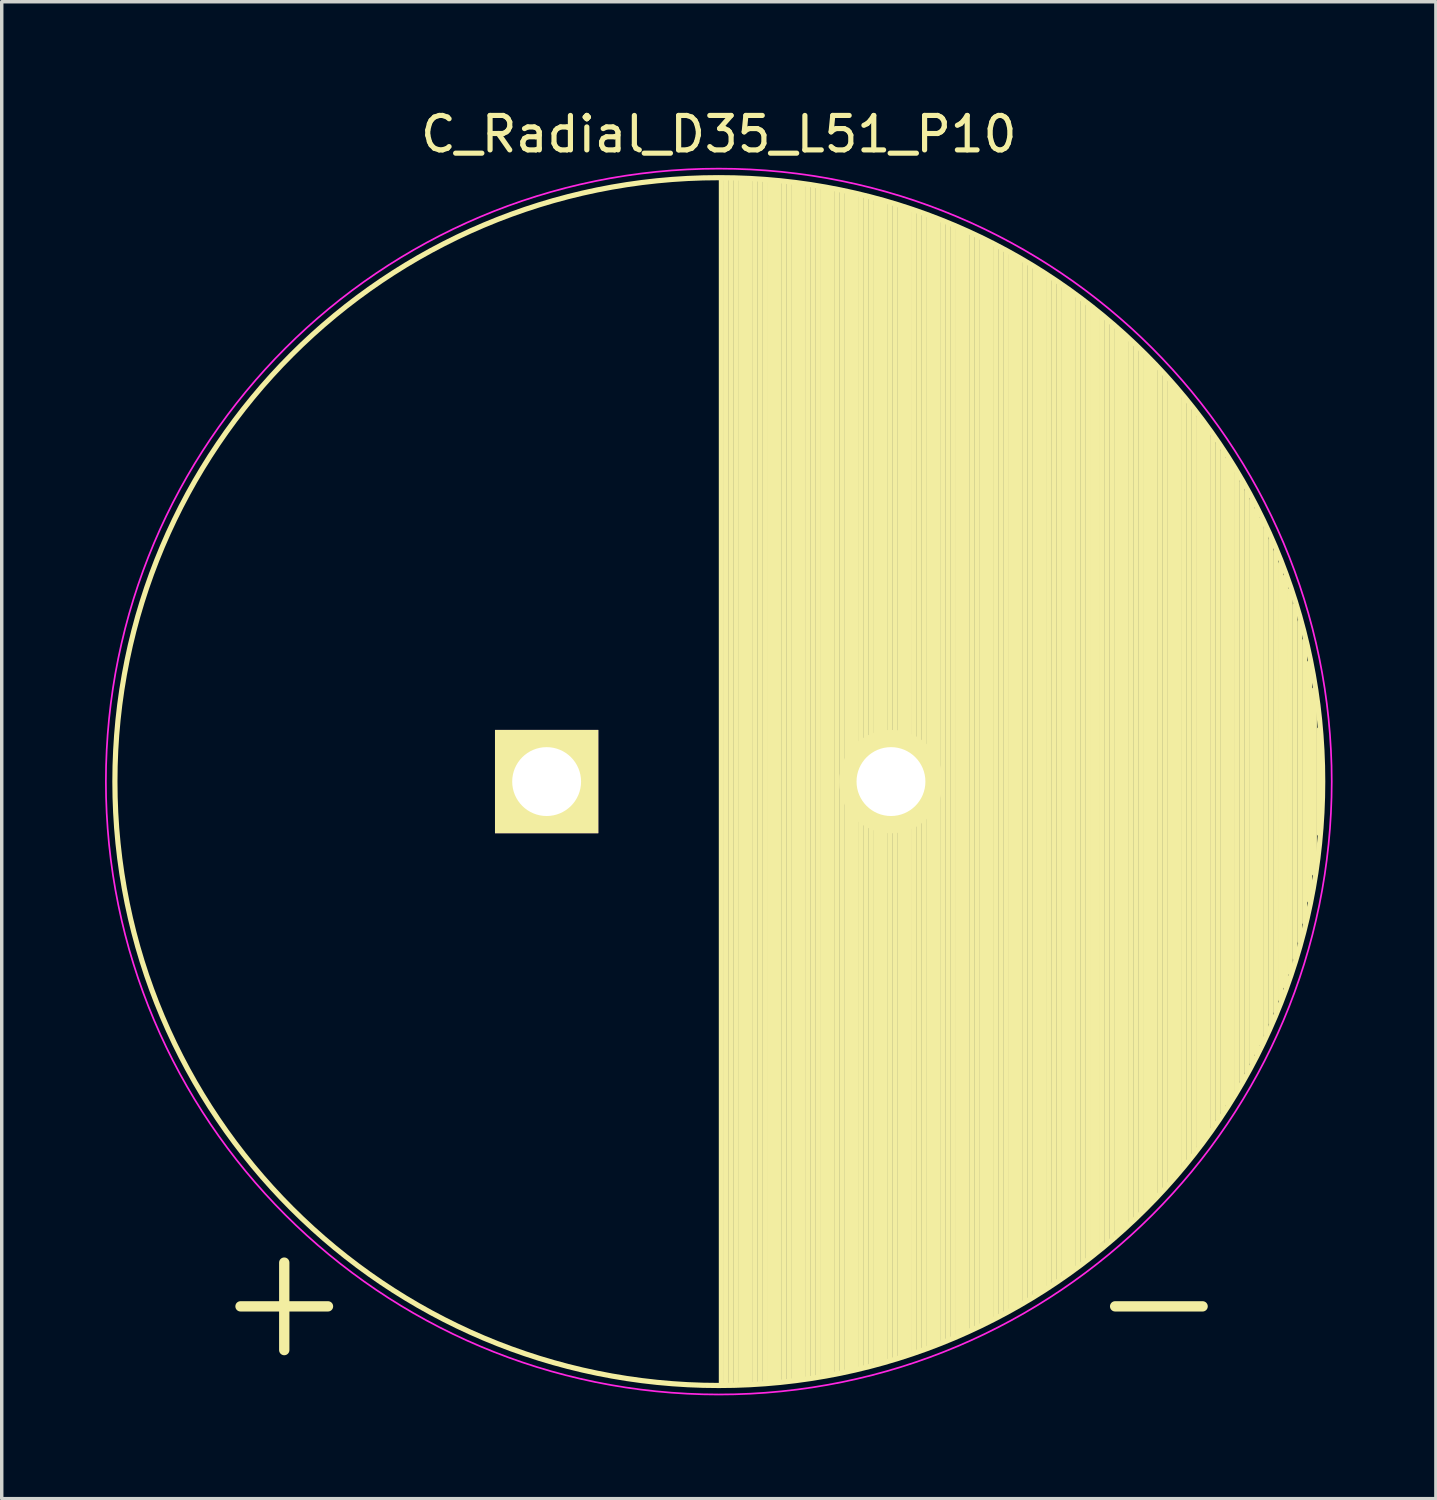
<source format=kicad_pcb>
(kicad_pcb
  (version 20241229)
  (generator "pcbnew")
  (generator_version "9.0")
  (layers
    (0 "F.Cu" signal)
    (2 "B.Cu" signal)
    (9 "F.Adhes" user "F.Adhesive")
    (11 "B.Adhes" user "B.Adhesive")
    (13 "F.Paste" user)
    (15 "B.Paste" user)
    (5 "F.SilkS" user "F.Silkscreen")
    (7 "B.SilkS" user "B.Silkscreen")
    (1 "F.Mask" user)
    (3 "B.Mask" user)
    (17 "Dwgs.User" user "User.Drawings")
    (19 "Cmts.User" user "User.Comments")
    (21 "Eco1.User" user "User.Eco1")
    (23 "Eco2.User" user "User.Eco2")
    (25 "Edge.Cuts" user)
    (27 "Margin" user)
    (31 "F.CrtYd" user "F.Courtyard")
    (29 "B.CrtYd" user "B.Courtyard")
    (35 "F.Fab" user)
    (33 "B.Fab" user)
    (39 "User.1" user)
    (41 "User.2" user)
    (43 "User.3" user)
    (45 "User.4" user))
  (footprint "C_Radial_D35_L51_P10"
    (layer "F.Cu")
    (at 12.825 19.648)
    (property "Reference" "C_Radial_D35_L51_P10" (at 5 -18.8 0) (layer "F.SilkS") (effects (font (size 1 1) (thickness 0.15))))
    (attr through_hole)
    (fp_line (start -8.89 15.24) (end -6.35 15.24) (stroke (width 0.3) (type solid)) (layer "F.SilkS"))
    (fp_line (start -7.62 13.97) (end -7.62 16.51) (stroke (width 0.3) (type solid)) (layer "F.SilkS"))
    (fp_line (start 5.075 -17.5) (end 5.075 17.5) (stroke (width 0.15) (type solid)) (layer "F.SilkS"))
    (fp_line (start 5.215 -17.499) (end 5.215 17.499) (stroke (width 0.15) (type solid)) (layer "F.SilkS"))
    (fp_line (start 5.355 -17.496) (end 5.355 17.496) (stroke (width 0.15) (type solid)) (layer "F.SilkS"))
    (fp_line (start 5.495 -17.493) (end 5.495 17.493) (stroke (width 0.15) (type solid)) (layer "F.SilkS"))
    (fp_line (start 5.635 -17.488) (end 5.635 17.488) (stroke (width 0.15) (type solid)) (layer "F.SilkS"))
    (fp_line (start 5.775 -17.483) (end 5.775 17.483) (stroke (width 0.15) (type solid)) (layer "F.SilkS"))
    (fp_line (start 5.915 -17.476) (end 5.915 17.476) (stroke (width 0.15) (type solid)) (layer "F.SilkS"))
    (fp_line (start 6.055 -17.468) (end 6.055 17.468) (stroke (width 0.15) (type solid)) (layer "F.SilkS"))
    (fp_line (start 6.195 -17.459) (end 6.195 17.459) (stroke (width 0.15) (type solid)) (layer "F.SilkS"))
    (fp_line (start 6.335 -17.449) (end 6.335 17.449) (stroke (width 0.15) (type solid)) (layer "F.SilkS"))
    (fp_line (start 6.475 -17.438) (end 6.475 17.438) (stroke (width 0.15) (type solid)) (layer "F.SilkS"))
    (fp_line (start 6.615 -17.425) (end 6.615 17.425) (stroke (width 0.15) (type solid)) (layer "F.SilkS"))
    (fp_line (start 6.755 -17.412) (end 6.755 17.412) (stroke (width 0.15) (type solid)) (layer "F.SilkS"))
    (fp_line (start 6.895 -17.397) (end 6.895 17.397) (stroke (width 0.15) (type solid)) (layer "F.SilkS"))
    (fp_line (start 7.035 -17.381) (end 7.035 17.381) (stroke (width 0.15) (type solid)) (layer "F.SilkS"))
    (fp_line (start 7.175 -17.364) (end 7.175 17.364) (stroke (width 0.15) (type solid)) (layer "F.SilkS"))
    (fp_line (start 7.315 -17.346) (end 7.315 17.346) (stroke (width 0.15) (type solid)) (layer "F.SilkS"))
    (fp_line (start 7.455 -17.327) (end 7.455 17.327) (stroke (width 0.15) (type solid)) (layer "F.SilkS"))
    (fp_line (start 7.595 -17.307) (end 7.595 17.307) (stroke (width 0.15) (type solid)) (layer "F.SilkS"))
    (fp_line (start 7.735 -17.285) (end 7.735 17.285) (stroke (width 0.15) (type solid)) (layer "F.SilkS"))
    (fp_line (start 7.875 -17.262) (end 7.875 17.262) (stroke (width 0.15) (type solid)) (layer "F.SilkS"))
    (fp_line (start 8.015 -17.238) (end 8.015 17.238) (stroke (width 0.15) (type solid)) (layer "F.SilkS"))
    (fp_line (start 8.155 -17.213) (end 8.155 17.213) (stroke (width 0.15) (type solid)) (layer "F.SilkS"))
    (fp_line (start 8.295 -17.187) (end 8.295 17.187) (stroke (width 0.15) (type solid)) (layer "F.SilkS"))
    (fp_line (start 8.435 -17.16) (end 8.435 17.16) (stroke (width 0.15) (type solid)) (layer "F.SilkS"))
    (fp_line (start 8.575 -17.131) (end 8.575 17.131) (stroke (width 0.15) (type solid)) (layer "F.SilkS"))
    (fp_line (start 8.715 -17.101) (end 8.715 -0.197) (stroke (width 0.15) (type solid)) (layer "F.SilkS"))
    (fp_line (start 8.715 0.197) (end 8.715 17.101) (stroke (width 0.15) (type solid)) (layer "F.SilkS"))
    (fp_line (start 8.855 -17.07) (end 8.855 -0.616) (stroke (width 0.15) (type solid)) (layer "F.SilkS"))
    (fp_line (start 8.855 0.616) (end 8.855 17.07) (stroke (width 0.15) (type solid)) (layer "F.SilkS"))
    (fp_line (start 8.995 -17.038) (end 8.995 -0.825) (stroke (width 0.15) (type solid)) (layer "F.SilkS"))
    (fp_line (start 8.995 0.825) (end 8.995 17.038) (stroke (width 0.15) (type solid)) (layer "F.SilkS"))
    (fp_line (start 9.135 -17.004) (end 9.135 -0.97) (stroke (width 0.15) (type solid)) (layer "F.SilkS"))
    (fp_line (start 9.135 0.97) (end 9.135 17.004) (stroke (width 0.15) (type solid)) (layer "F.SilkS"))
    (fp_line (start 9.275 -16.97) (end 9.275 -1.079) (stroke (width 0.15) (type solid)) (layer "F.SilkS"))
    (fp_line (start 9.275 1.079) (end 9.275 16.97) (stroke (width 0.15) (type solid)) (layer "F.SilkS"))
    (fp_line (start 9.415 -16.934) (end 9.415 -1.161) (stroke (width 0.15) (type solid)) (layer "F.SilkS"))
    (fp_line (start 9.415 1.161) (end 9.415 16.934) (stroke (width 0.15) (type solid)) (layer "F.SilkS"))
    (fp_line (start 9.555 -16.897) (end 9.555 -1.221) (stroke (width 0.15) (type solid)) (layer "F.SilkS"))
    (fp_line (start 9.555 1.221) (end 9.555 16.897) (stroke (width 0.15) (type solid)) (layer "F.SilkS"))
    (fp_line (start 9.695 -16.858) (end 9.695 -1.264) (stroke (width 0.15) (type solid)) (layer "F.SilkS"))
    (fp_line (start 9.695 1.264) (end 9.695 16.858) (stroke (width 0.15) (type solid)) (layer "F.SilkS"))
    (fp_line (start 9.835 -16.819) (end 9.835 -1.289) (stroke (width 0.15) (type solid)) (layer "F.SilkS"))
    (fp_line (start 9.835 1.289) (end 9.835 16.819) (stroke (width 0.15) (type solid)) (layer "F.SilkS"))
    (fp_line (start 9.975 -16.778) (end 9.975 -1.3) (stroke (width 0.15) (type solid)) (layer "F.SilkS"))
    (fp_line (start 9.975 1.3) (end 9.975 16.778) (stroke (width 0.15) (type solid)) (layer "F.SilkS"))
    (fp_line (start 10.115 -16.736) (end 10.115 -1.295) (stroke (width 0.15) (type solid)) (layer "F.SilkS"))
    (fp_line (start 10.115 1.295) (end 10.115 16.736) (stroke (width 0.15) (type solid)) (layer "F.SilkS"))
    (fp_line (start 10.255 -16.692) (end 10.255 -1.275) (stroke (width 0.15) (type solid)) (layer "F.SilkS"))
    (fp_line (start 10.255 1.275) (end 10.255 16.692) (stroke (width 0.15) (type solid)) (layer "F.SilkS"))
    (fp_line (start 10.395 -16.648) (end 10.395 -1.239) (stroke (width 0.15) (type solid)) (layer "F.SilkS"))
    (fp_line (start 10.395 1.239) (end 10.395 16.648) (stroke (width 0.15) (type solid)) (layer "F.SilkS"))
    (fp_line (start 10.535 -16.602) (end 10.535 -1.185) (stroke (width 0.15) (type solid)) (layer "F.SilkS"))
    (fp_line (start 10.535 1.185) (end 10.535 16.602) (stroke (width 0.15) (type solid)) (layer "F.SilkS"))
    (fp_line (start 10.675 -16.554) (end 10.675 -1.111) (stroke (width 0.15) (type solid)) (layer "F.SilkS"))
    (fp_line (start 10.675 1.111) (end 10.675 16.554) (stroke (width 0.15) (type solid)) (layer "F.SilkS"))
    (fp_line (start 10.815 -16.506) (end 10.815 -1.013) (stroke (width 0.15) (type solid)) (layer "F.SilkS"))
    (fp_line (start 10.815 1.013) (end 10.815 16.506) (stroke (width 0.15) (type solid)) (layer "F.SilkS"))
    (fp_line (start 10.955 -16.456) (end 10.955 -0.882) (stroke (width 0.15) (type solid)) (layer "F.SilkS"))
    (fp_line (start 10.955 0.882) (end 10.955 16.456) (stroke (width 0.15) (type solid)) (layer "F.SilkS"))
    (fp_line (start 11.095 -16.404) (end 11.095 -0.701) (stroke (width 0.15) (type solid)) (layer "F.SilkS"))
    (fp_line (start 11.095 0.701) (end 11.095 16.404) (stroke (width 0.15) (type solid)) (layer "F.SilkS"))
    (fp_line (start 11.235 -16.352) (end 11.235 -0.406) (stroke (width 0.15) (type solid)) (layer "F.SilkS"))
    (fp_line (start 11.235 0.406) (end 11.235 16.352) (stroke (width 0.15) (type solid)) (layer "F.SilkS"))
    (fp_line (start 11.375 -16.298) (end 11.375 16.298) (stroke (width 0.15) (type solid)) (layer "F.SilkS"))
    (fp_line (start 11.515 -16.242) (end 11.515 16.242) (stroke (width 0.15) (type solid)) (layer "F.SilkS"))
    (fp_line (start 11.655 -16.185) (end 11.655 16.185) (stroke (width 0.15) (type solid)) (layer "F.SilkS"))
    (fp_line (start 11.795 -16.127) (end 11.795 16.127) (stroke (width 0.15) (type solid)) (layer "F.SilkS"))
    (fp_line (start 11.935 -16.067) (end 11.935 16.067) (stroke (width 0.15) (type solid)) (layer "F.SilkS"))
    (fp_line (start 12.075 -16.006) (end 12.075 16.006) (stroke (width 0.15) (type solid)) (layer "F.SilkS"))
    (fp_line (start 12.215 -15.943) (end 12.215 15.943) (stroke (width 0.15) (type solid)) (layer "F.SilkS"))
    (fp_line (start 12.355 -15.879) (end 12.355 15.879) (stroke (width 0.15) (type solid)) (layer "F.SilkS"))
    (fp_line (start 12.495 -15.814) (end 12.495 15.814) (stroke (width 0.15) (type solid)) (layer "F.SilkS"))
    (fp_line (start 12.635 -15.747) (end 12.635 15.747) (stroke (width 0.15) (type solid)) (layer "F.SilkS"))
    (fp_line (start 12.775 -15.678) (end 12.775 15.678) (stroke (width 0.15) (type solid)) (layer "F.SilkS"))
    (fp_line (start 12.915 -15.608) (end 12.915 15.608) (stroke (width 0.15) (type solid)) (layer "F.SilkS"))
    (fp_line (start 13.055 -15.536) (end 13.055 15.536) (stroke (width 0.15) (type solid)) (layer "F.SilkS"))
    (fp_line (start 13.195 -15.463) (end 13.195 15.463) (stroke (width 0.15) (type solid)) (layer "F.SilkS"))
    (fp_line (start 13.335 -15.388) (end 13.335 15.388) (stroke (width 0.15) (type solid)) (layer "F.SilkS"))
    (fp_line (start 13.475 -15.311) (end 13.475 15.311) (stroke (width 0.15) (type solid)) (layer "F.SilkS"))
    (fp_line (start 13.615 -15.233) (end 13.615 15.233) (stroke (width 0.15) (type solid)) (layer "F.SilkS"))
    (fp_line (start 13.755 -15.153) (end 13.755 15.153) (stroke (width 0.15) (type solid)) (layer "F.SilkS"))
    (fp_line (start 13.895 -15.071) (end 13.895 15.071) (stroke (width 0.15) (type solid)) (layer "F.SilkS"))
    (fp_line (start 14.035 -14.987) (end 14.035 14.987) (stroke (width 0.15) (type solid)) (layer "F.SilkS"))
    (fp_line (start 14.175 -14.902) (end 14.175 14.902) (stroke (width 0.15) (type solid)) (layer "F.SilkS"))
    (fp_line (start 14.315 -14.815) (end 14.315 14.815) (stroke (width 0.15) (type solid)) (layer "F.SilkS"))
    (fp_line (start 14.455 -14.726) (end 14.455 14.726) (stroke (width 0.15) (type solid)) (layer "F.SilkS"))
    (fp_line (start 14.595 -14.635) (end 14.595 14.635) (stroke (width 0.15) (type solid)) (layer "F.SilkS"))
    (fp_line (start 14.735 -14.542) (end 14.735 14.542) (stroke (width 0.15) (type solid)) (layer "F.SilkS"))
    (fp_line (start 14.875 -14.448) (end 14.875 14.448) (stroke (width 0.15) (type solid)) (layer "F.SilkS"))
    (fp_line (start 15.015 -14.351) (end 15.015 14.351) (stroke (width 0.15) (type solid)) (layer "F.SilkS"))
    (fp_line (start 15.155 -14.252) (end 15.155 14.252) (stroke (width 0.15) (type solid)) (layer "F.SilkS"))
    (fp_line (start 15.295 -14.151) (end 15.295 14.151) (stroke (width 0.15) (type solid)) (layer "F.SilkS"))
    (fp_line (start 15.435 -14.049) (end 15.435 14.049) (stroke (width 0.15) (type solid)) (layer "F.SilkS"))
    (fp_line (start 15.575 -13.943) (end 15.575 13.943) (stroke (width 0.15) (type solid)) (layer "F.SilkS"))
    (fp_line (start 15.715 -13.836) (end 15.715 13.836) (stroke (width 0.15) (type solid)) (layer "F.SilkS"))
    (fp_line (start 15.855 -13.727) (end 15.855 13.727) (stroke (width 0.15) (type solid)) (layer "F.SilkS"))
    (fp_line (start 15.995 -13.615) (end 15.995 13.615) (stroke (width 0.15) (type solid)) (layer "F.SilkS"))
    (fp_line (start 16.135 -13.5) (end 16.135 13.5) (stroke (width 0.15) (type solid)) (layer "F.SilkS"))
    (fp_line (start 16.275 -13.384) (end 16.275 13.384) (stroke (width 0.15) (type solid)) (layer "F.SilkS"))
    (fp_line (start 16.415 -13.265) (end 16.415 13.265) (stroke (width 0.15) (type solid)) (layer "F.SilkS"))
    (fp_line (start 16.51 15.24) (end 19.05 15.24) (stroke (width 0.3) (type solid)) (layer "F.SilkS"))
    (fp_line (start 16.555 -13.143) (end 16.555 13.143) (stroke (width 0.15) (type solid)) (layer "F.SilkS"))
    (fp_line (start 16.695 -13.018) (end 16.695 13.018) (stroke (width 0.15) (type solid)) (layer "F.SilkS"))
    (fp_line (start 16.835 -12.891) (end 16.835 12.891) (stroke (width 0.15) (type solid)) (layer "F.SilkS"))
    (fp_line (start 16.975 -12.761) (end 16.975 12.761) (stroke (width 0.15) (type solid)) (layer "F.SilkS"))
    (fp_line (start 17.115 -12.628) (end 17.115 12.628) (stroke (width 0.15) (type solid)) (layer "F.SilkS"))
    (fp_line (start 17.255 -12.493) (end 17.255 12.493) (stroke (width 0.15) (type solid)) (layer "F.SilkS"))
    (fp_line (start 17.395 -12.354) (end 17.395 12.354) (stroke (width 0.15) (type solid)) (layer "F.SilkS"))
    (fp_line (start 17.535 -12.212) (end 17.535 12.212) (stroke (width 0.15) (type solid)) (layer "F.SilkS"))
    (fp_line (start 17.675 -12.066) (end 17.675 12.066) (stroke (width 0.15) (type solid)) (layer "F.SilkS"))
    (fp_line (start 17.815 -11.917) (end 17.815 11.917) (stroke (width 0.15) (type solid)) (layer "F.SilkS"))
    (fp_line (start 17.955 -11.765) (end 17.955 11.765) (stroke (width 0.15) (type solid)) (layer "F.SilkS"))
    (fp_line (start 18.095 -11.609) (end 18.095 11.609) (stroke (width 0.15) (type solid)) (layer "F.SilkS"))
    (fp_line (start 18.235 -11.449) (end 18.235 11.449) (stroke (width 0.15) (type solid)) (layer "F.SilkS"))
    (fp_line (start 18.375 -11.285) (end 18.375 11.285) (stroke (width 0.15) (type solid)) (layer "F.SilkS"))
    (fp_line (start 18.515 -11.117) (end 18.515 11.117) (stroke (width 0.15) (type solid)) (layer "F.SilkS"))
    (fp_line (start 18.655 -10.945) (end 18.655 10.945) (stroke (width 0.15) (type solid)) (layer "F.SilkS"))
    (fp_line (start 18.795 -10.768) (end 18.795 10.768) (stroke (width 0.15) (type solid)) (layer "F.SilkS"))
    (fp_line (start 18.935 -10.586) (end 18.935 10.586) (stroke (width 0.15) (type solid)) (layer "F.SilkS"))
    (fp_line (start 19.075 -10.399) (end 19.075 10.399) (stroke (width 0.15) (type solid)) (layer "F.SilkS"))
    (fp_line (start 19.215 -10.207) (end 19.215 10.207) (stroke (width 0.15) (type solid)) (layer "F.SilkS"))
    (fp_line (start 19.355 -10.009) (end 19.355 10.009) (stroke (width 0.15) (type solid)) (layer "F.SilkS"))
    (fp_line (start 19.495 -9.805) (end 19.495 9.805) (stroke (width 0.15) (type solid)) (layer "F.SilkS"))
    (fp_line (start 19.635 -9.595) (end 19.635 9.595) (stroke (width 0.15) (type solid)) (layer "F.SilkS"))
    (fp_line (start 19.775 -9.378) (end 19.775 9.378) (stroke (width 0.15) (type solid)) (layer "F.SilkS"))
    (fp_line (start 19.915 -9.154) (end 19.915 9.154) (stroke (width 0.15) (type solid)) (layer "F.SilkS"))
    (fp_line (start 20.055 -8.922) (end 20.055 8.922) (stroke (width 0.15) (type solid)) (layer "F.SilkS"))
    (fp_line (start 20.195 -8.681) (end 20.195 8.681) (stroke (width 0.15) (type solid)) (layer "F.SilkS"))
    (fp_line (start 20.335 -8.431) (end 20.335 8.431) (stroke (width 0.15) (type solid)) (layer "F.SilkS"))
    (fp_line (start 20.475 -8.172) (end 20.475 8.172) (stroke (width 0.15) (type solid)) (layer "F.SilkS"))
    (fp_line (start 20.615 -7.901) (end 20.615 7.901) (stroke (width 0.15) (type solid)) (layer "F.SilkS"))
    (fp_line (start 20.755 -7.618) (end 20.755 7.618) (stroke (width 0.15) (type solid)) (layer "F.SilkS"))
    (fp_line (start 20.895 -7.321) (end 20.895 7.321) (stroke (width 0.15) (type solid)) (layer "F.SilkS"))
    (fp_line (start 21.035 -7.009) (end 21.035 7.009) (stroke (width 0.15) (type solid)) (layer "F.SilkS"))
    (fp_line (start 21.175 -6.68) (end 21.175 6.68) (stroke (width 0.15) (type solid)) (layer "F.SilkS"))
    (fp_line (start 21.315 -6.33) (end 21.315 6.33) (stroke (width 0.15) (type solid)) (layer "F.SilkS"))
    (fp_line (start 21.455 -5.957) (end 21.455 5.957) (stroke (width 0.15) (type solid)) (layer "F.SilkS"))
    (fp_line (start 21.595 -5.555) (end 21.595 5.555) (stroke (width 0.15) (type solid)) (layer "F.SilkS"))
    (fp_line (start 21.735 -5.118) (end 21.735 5.118) (stroke (width 0.15) (type solid)) (layer "F.SilkS"))
    (fp_line (start 21.875 -4.635) (end 21.875 4.635) (stroke (width 0.15) (type solid)) (layer "F.SilkS"))
    (fp_line (start 22.015 -4.091) (end 22.015 4.091) (stroke (width 0.15) (type solid)) (layer "F.SilkS"))
    (fp_line (start 22.155 -3.458) (end 22.155 3.458) (stroke (width 0.15) (type solid)) (layer "F.SilkS"))
    (fp_line (start 22.295 -2.671) (end 22.295 2.671) (stroke (width 0.15) (type solid)) (layer "F.SilkS"))
    (fp_line (start 22.435 -1.507) (end 22.435 1.507) (stroke (width 0.15) (type solid)) (layer "F.SilkS"))
    (fp_circle (center 5 0) (end 5 -17.538) (stroke (width 0.15) (type solid)) (fill no) (layer "F.SilkS"))
    (fp_circle (center 10 0) (end 10 -1.3) (stroke (width 0.15) (type solid)) (fill no) (layer "F.SilkS"))
    (fp_circle (center 5 0) (end 5 -17.8) (stroke (width 0.05) (type solid)) (fill no) (layer "F.CrtYd"))
    (pad "1" thru_hole rect (at 0 0) (size 3 3) (drill 2) (layers "*.Cu" "*.Mask" "F.SilkS"))
    (pad "2" thru_hole circle (at 10 0) (size 3 3) (drill 2) (layers "*.Cu" "*.Mask" "F.SilkS")))
  (gr_rect
    (start -3 -3)
    (end 38.65 40.473)
    (stroke (width 0.1) (type default))
    (fill no)
    (layer "Edge.Cuts")))
</source>
